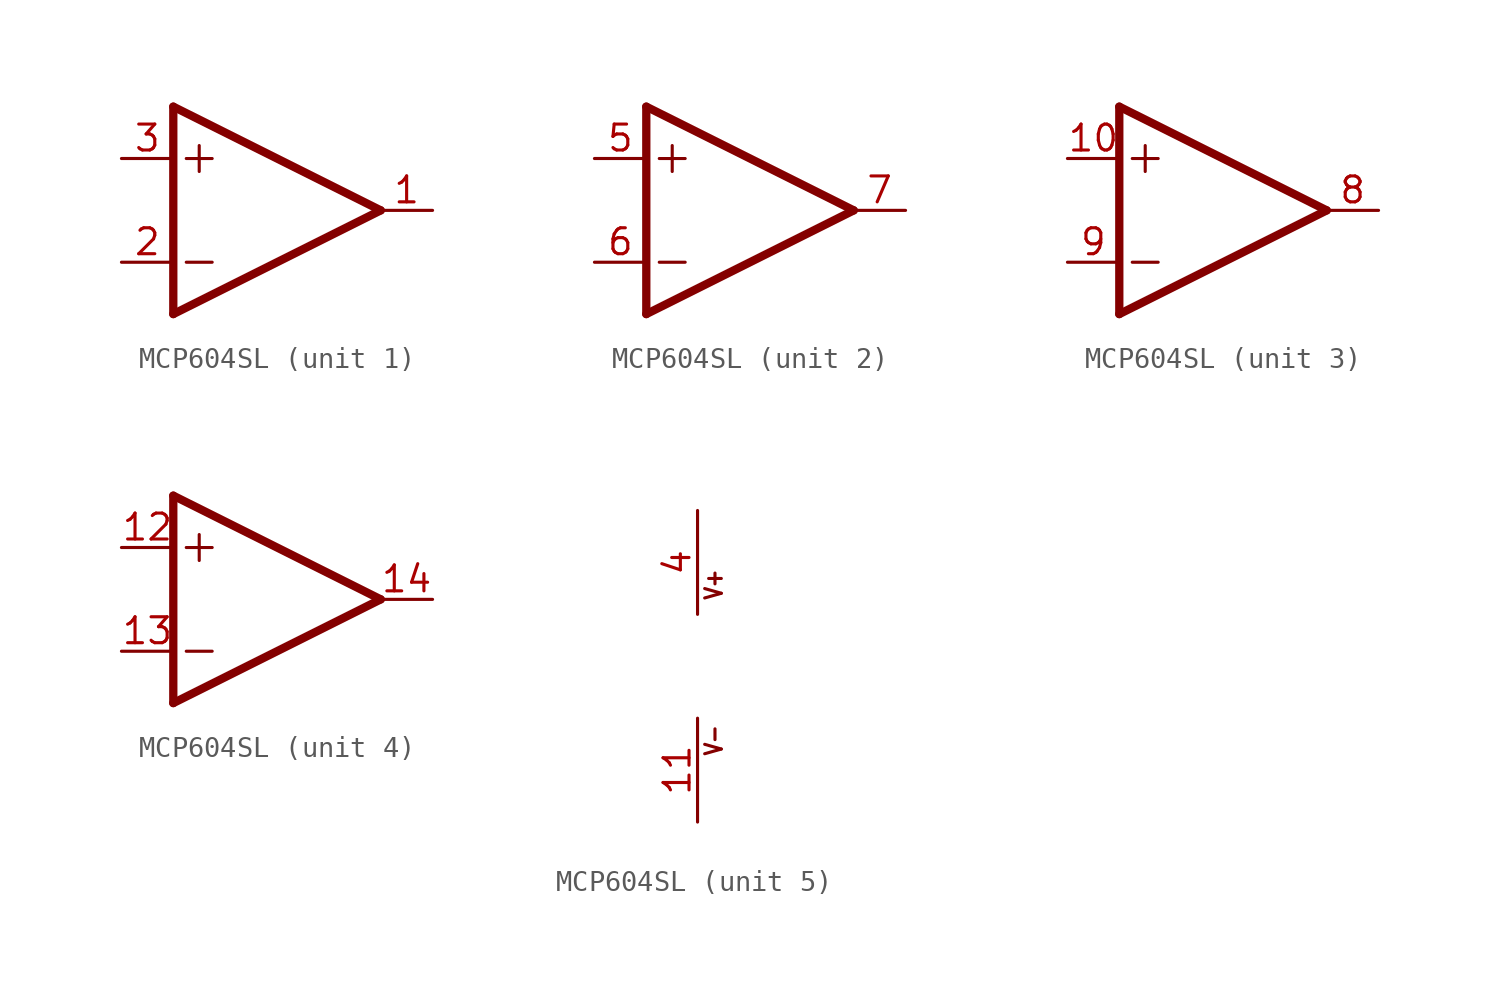
<source format=kicad_sym>
(kicad_symbol_lib
  (version 20220331)
  (generator kicad_symbol_editor)
  (symbol "MCP604SL"
    (property "Reference" "IC"
      (at 2.54 3.175 0)
      (effects (font (size 1.778 1.511)) (justify left bottom) hide))
    (property "ki_locked" ""
      (at 0 0 0)
      (effects (font (size 1.27 1.27))))
    (symbol "MCP604SL_1_0"
      (polyline (pts (xy -5.08 -5.08) (xy 5.08 0)) (stroke (width 0.406) (type solid)) (fill (type none)))
      (polyline (pts (xy -5.08 5.08) (xy -5.08 -5.08)) (stroke (width 0.406) (type solid)) (fill (type none)))
      (polyline (pts (xy -4.445 -2.54) (xy -3.175 -2.54)) (stroke (width 0.152) (type solid)) (fill (type none)))
      (polyline (pts (xy -4.445 2.54) (xy -3.175 2.54)) (stroke (width 0.152) (type solid)) (fill (type none)))
      (polyline (pts (xy -3.81 3.175) (xy -3.81 1.905)) (stroke (width 0.152) (type solid)) (fill (type none)))
      (polyline (pts (xy 5.08 0) (xy -5.08 5.08)) (stroke (width 0.406) (type solid)) (fill (type none)))
      (pin output line (at 7.62 0 180) (length 2.54) (name "OUT" (effects (font (size 0 0)))) (number "1" (effects (font (size 1.27 1.27)))))
      (pin input line (at -7.62 -2.54 0) (length 2.54) (name "-IN" (effects (font (size 0 0)))) (number "2" (effects (font (size 1.27 1.27)))))
      (pin input line (at -7.62 2.54 0) (length 2.54) (name "+IN" (effects (font (size 0 0)))) (number "3" (effects (font (size 1.27 1.27))))))
    (symbol "MCP604SL_2_0"
      (polyline (pts (xy -5.08 -5.08) (xy 5.08 0)) (stroke (width 0.406) (type solid)) (fill (type none)))
      (polyline (pts (xy -5.08 5.08) (xy -5.08 -5.08)) (stroke (width 0.406) (type solid)) (fill (type none)))
      (polyline (pts (xy -4.445 -2.54) (xy -3.175 -2.54)) (stroke (width 0.152) (type solid)) (fill (type none)))
      (polyline (pts (xy -4.445 2.54) (xy -3.175 2.54)) (stroke (width 0.152) (type solid)) (fill (type none)))
      (polyline (pts (xy -3.81 3.175) (xy -3.81 1.905)) (stroke (width 0.152) (type solid)) (fill (type none)))
      (polyline (pts (xy 5.08 0) (xy -5.08 5.08)) (stroke (width 0.406) (type solid)) (fill (type none)))
      (pin input line (at -7.62 2.54 0) (length 2.54) (name "+IN" (effects (font (size 0 0)))) (number "5" (effects (font (size 1.27 1.27)))))
      (pin input line (at -7.62 -2.54 0) (length 2.54) (name "-IN" (effects (font (size 0 0)))) (number "6" (effects (font (size 1.27 1.27)))))
      (pin output line (at 7.62 0 180) (length 2.54) (name "OUT" (effects (font (size 0 0)))) (number "7" (effects (font (size 1.27 1.27))))))
    (symbol "MCP604SL_3_0"
      (polyline (pts (xy -5.08 -5.08) (xy 5.08 0)) (stroke (width 0.406) (type solid)) (fill (type none)))
      (polyline (pts (xy -5.08 5.08) (xy -5.08 -5.08)) (stroke (width 0.406) (type solid)) (fill (type none)))
      (polyline (pts (xy -4.445 -2.54) (xy -3.175 -2.54)) (stroke (width 0.152) (type solid)) (fill (type none)))
      (polyline (pts (xy -4.445 2.54) (xy -3.175 2.54)) (stroke (width 0.152) (type solid)) (fill (type none)))
      (polyline (pts (xy -3.81 3.175) (xy -3.81 1.905)) (stroke (width 0.152) (type solid)) (fill (type none)))
      (polyline (pts (xy 5.08 0) (xy -5.08 5.08)) (stroke (width 0.406) (type solid)) (fill (type none)))
      (pin input line (at -7.62 2.54 0) (length 2.54) (name "+IN" (effects (font (size 0 0)))) (number "10" (effects (font (size 1.27 1.27)))))
      (pin output line (at 7.62 0 180) (length 2.54) (name "OUT" (effects (font (size 0 0)))) (number "8" (effects (font (size 1.27 1.27)))))
      (pin input line (at -7.62 -2.54 0) (length 2.54) (name "-IN" (effects (font (size 0 0)))) (number "9" (effects (font (size 1.27 1.27))))))
    (symbol "MCP604SL_4_0"
      (polyline (pts (xy -5.08 -5.08) (xy 5.08 0)) (stroke (width 0.406) (type solid)) (fill (type none)))
      (polyline (pts (xy -5.08 5.08) (xy -5.08 -5.08)) (stroke (width 0.406) (type solid)) (fill (type none)))
      (polyline (pts (xy -4.445 -2.54) (xy -3.175 -2.54)) (stroke (width 0.152) (type solid)) (fill (type none)))
      (polyline (pts (xy -4.445 2.54) (xy -3.175 2.54)) (stroke (width 0.152) (type solid)) (fill (type none)))
      (polyline (pts (xy -3.81 3.175) (xy -3.81 1.905)) (stroke (width 0.152) (type solid)) (fill (type none)))
      (polyline (pts (xy 5.08 0) (xy -5.08 5.08)) (stroke (width 0.406) (type solid)) (fill (type none)))
      (pin input line (at -7.62 2.54 0) (length 2.54) (name "+IN" (effects (font (size 0 0)))) (number "12" (effects (font (size 1.27 1.27)))))
      (pin input line (at -7.62 -2.54 0) (length 2.54) (name "-IN" (effects (font (size 0 0)))) (number "13" (effects (font (size 1.27 1.27)))))
      (pin output line (at 7.62 0 180) (length 2.54) (name "OUT" (effects (font (size 0 0)))) (number "14" (effects (font (size 1.27 1.27))))))
    (symbol "MCP604SL_5_0"
      (text "V+" (at 1.27 3.175 900) (effects (font (size 0.813 0.691)) (justify left bottom)))
      (text "V-" (at 1.27 -4.445 900) (effects (font (size 0.813 0.691)) (justify left bottom)))
      (pin power_in line (at 0 -7.62 90) (length 5.08) (name "V-" (effects (font (size 0 0)))) (number "11" (effects (font (size 1.27 1.27)))))
      (pin power_in line (at 0 7.62 270) (length 5.08) (name "V+" (effects (font (size 0 0)))) (number "4" (effects (font (size 1.27 1.27))))))))
</source>
